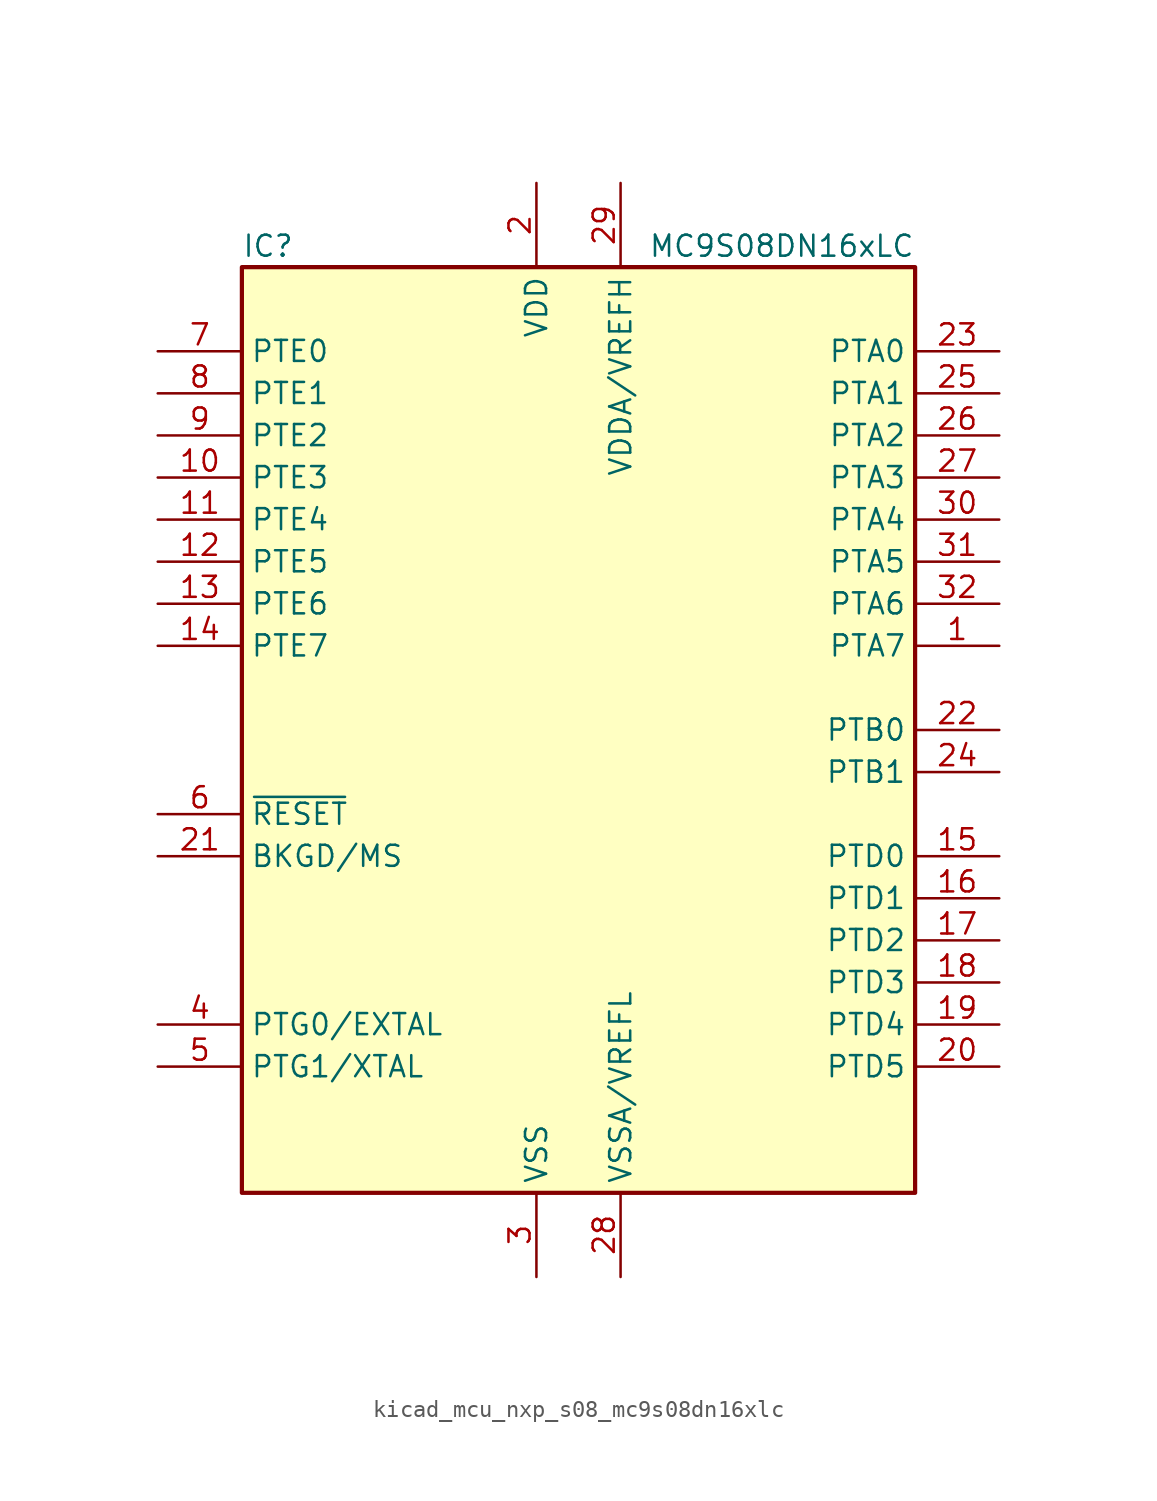
<source format=kicad_sym>
(kicad_symbol_lib
  (version 20220914)
  (generator kicad_symbol_editor)
  (symbol "kicad_mcu_nxp_s08_mc9s08dn16xlc"
    (property "Reference" "IC"
      (at -20.32 29.21 0)
      (effects (font (size 1.27 1.27)) (justify left)))
    (property "Value" "MC9S08DN16xLC"
      (at 20.32 29.21 0)
      (effects (font (size 1.27 1.27)) (justify right)))
    (symbol "kicad_mcu_nxp_s08_mc9s08dn16xlc_0_1"
      (rectangle (start -20.32 27.94) (end 20.32 -27.94) (stroke (width 0.254) (type default)) (fill (type background))))
    (symbol "kicad_mcu_nxp_s08_mc9s08dn16xlc_1_1"
      (pin bidirectional line (at 25.4 5.08 180) (length 5.08) (name "PTA7" (effects (font (size 1.27 1.27)))) (number "1" (effects (font (size 1.27 1.27)))))
      (pin bidirectional line (at -25.4 15.24 0) (length 5.08) (name "PTE3" (effects (font (size 1.27 1.27)))) (number "10" (effects (font (size 1.27 1.27)))))
      (pin bidirectional line (at -25.4 12.7 0) (length 5.08) (name "PTE4" (effects (font (size 1.27 1.27)))) (number "11" (effects (font (size 1.27 1.27)))))
      (pin bidirectional line (at -25.4 10.16 0) (length 5.08) (name "PTE5" (effects (font (size 1.27 1.27)))) (number "12" (effects (font (size 1.27 1.27)))))
      (pin bidirectional line (at -25.4 7.62 0) (length 5.08) (name "PTE6" (effects (font (size 1.27 1.27)))) (number "13" (effects (font (size 1.27 1.27)))))
      (pin bidirectional line (at -25.4 5.08 0) (length 5.08) (name "PTE7" (effects (font (size 1.27 1.27)))) (number "14" (effects (font (size 1.27 1.27)))))
      (pin bidirectional line (at 25.4 -7.62 180) (length 5.08) (name "PTD0" (effects (font (size 1.27 1.27)))) (number "15" (effects (font (size 1.27 1.27)))))
      (pin bidirectional line (at 25.4 -10.16 180) (length 5.08) (name "PTD1" (effects (font (size 1.27 1.27)))) (number "16" (effects (font (size 1.27 1.27)))))
      (pin bidirectional line (at 25.4 -12.7 180) (length 5.08) (name "PTD2" (effects (font (size 1.27 1.27)))) (number "17" (effects (font (size 1.27 1.27)))))
      (pin bidirectional line (at 25.4 -15.24 180) (length 5.08) (name "PTD3" (effects (font (size 1.27 1.27)))) (number "18" (effects (font (size 1.27 1.27)))))
      (pin bidirectional line (at 25.4 -17.78 180) (length 5.08) (name "PTD4" (effects (font (size 1.27 1.27)))) (number "19" (effects (font (size 1.27 1.27)))))
      (pin power_in line (at -2.54 33.02 270) (length 5.08) (name "VDD" (effects (font (size 1.27 1.27)))) (number "2" (effects (font (size 1.27 1.27)))))
      (pin bidirectional line (at 25.4 -20.32 180) (length 5.08) (name "PTD5" (effects (font (size 1.27 1.27)))) (number "20" (effects (font (size 1.27 1.27)))))
      (pin bidirectional line (at -25.4 -7.62 0) (length 5.08) (name "BKGD/MS" (effects (font (size 1.27 1.27)))) (number "21" (effects (font (size 1.27 1.27)))))
      (pin bidirectional line (at 25.4 0 180) (length 5.08) (name "PTB0" (effects (font (size 1.27 1.27)))) (number "22" (effects (font (size 1.27 1.27)))))
      (pin bidirectional line (at 25.4 22.86 180) (length 5.08) (name "PTA0" (effects (font (size 1.27 1.27)))) (number "23" (effects (font (size 1.27 1.27)))))
      (pin bidirectional line (at 25.4 -2.54 180) (length 5.08) (name "PTB1" (effects (font (size 1.27 1.27)))) (number "24" (effects (font (size 1.27 1.27)))))
      (pin bidirectional line (at 25.4 20.32 180) (length 5.08) (name "PTA1" (effects (font (size 1.27 1.27)))) (number "25" (effects (font (size 1.27 1.27)))))
      (pin bidirectional line (at 25.4 17.78 180) (length 5.08) (name "PTA2" (effects (font (size 1.27 1.27)))) (number "26" (effects (font (size 1.27 1.27)))))
      (pin bidirectional line (at 25.4 15.24 180) (length 5.08) (name "PTA3" (effects (font (size 1.27 1.27)))) (number "27" (effects (font (size 1.27 1.27)))))
      (pin power_in line (at 2.54 -33.02 90) (length 5.08) (name "VSSA/VREFL" (effects (font (size 1.27 1.27)))) (number "28" (effects (font (size 1.27 1.27)))))
      (pin power_in line (at 2.54 33.02 270) (length 5.08) (name "VDDA/VREFH" (effects (font (size 1.27 1.27)))) (number "29" (effects (font (size 1.27 1.27)))))
      (pin power_in line (at -2.54 -33.02 90) (length 5.08) (name "VSS" (effects (font (size 1.27 1.27)))) (number "3" (effects (font (size 1.27 1.27)))))
      (pin bidirectional line (at 25.4 12.7 180) (length 5.08) (name "PTA4" (effects (font (size 1.27 1.27)))) (number "30" (effects (font (size 1.27 1.27)))))
      (pin bidirectional line (at 25.4 10.16 180) (length 5.08) (name "PTA5" (effects (font (size 1.27 1.27)))) (number "31" (effects (font (size 1.27 1.27)))))
      (pin bidirectional line (at 25.4 7.62 180) (length 5.08) (name "PTA6" (effects (font (size 1.27 1.27)))) (number "32" (effects (font (size 1.27 1.27)))))
      (pin bidirectional line (at -25.4 -17.78 0) (length 5.08) (name "PTG0/EXTAL" (effects (font (size 1.27 1.27)))) (number "4" (effects (font (size 1.27 1.27)))))
      (pin bidirectional line (at -25.4 -20.32 0) (length 5.08) (name "PTG1/XTAL" (effects (font (size 1.27 1.27)))) (number "5" (effects (font (size 1.27 1.27)))))
      (pin input line (at -25.4 -5.08 0) (length 5.08) (name "~{RESET}" (effects (font (size 1.27 1.27)))) (number "6" (effects (font (size 1.27 1.27)))))
      (pin bidirectional line (at -25.4 22.86 0) (length 5.08) (name "PTE0" (effects (font (size 1.27 1.27)))) (number "7" (effects (font (size 1.27 1.27)))))
      (pin bidirectional line (at -25.4 20.32 0) (length 5.08) (name "PTE1" (effects (font (size 1.27 1.27)))) (number "8" (effects (font (size 1.27 1.27)))))
      (pin bidirectional line (at -25.4 17.78 0) (length 5.08) (name "PTE2" (effects (font (size 1.27 1.27)))) (number "9" (effects (font (size 1.27 1.27))))))))
</source>
